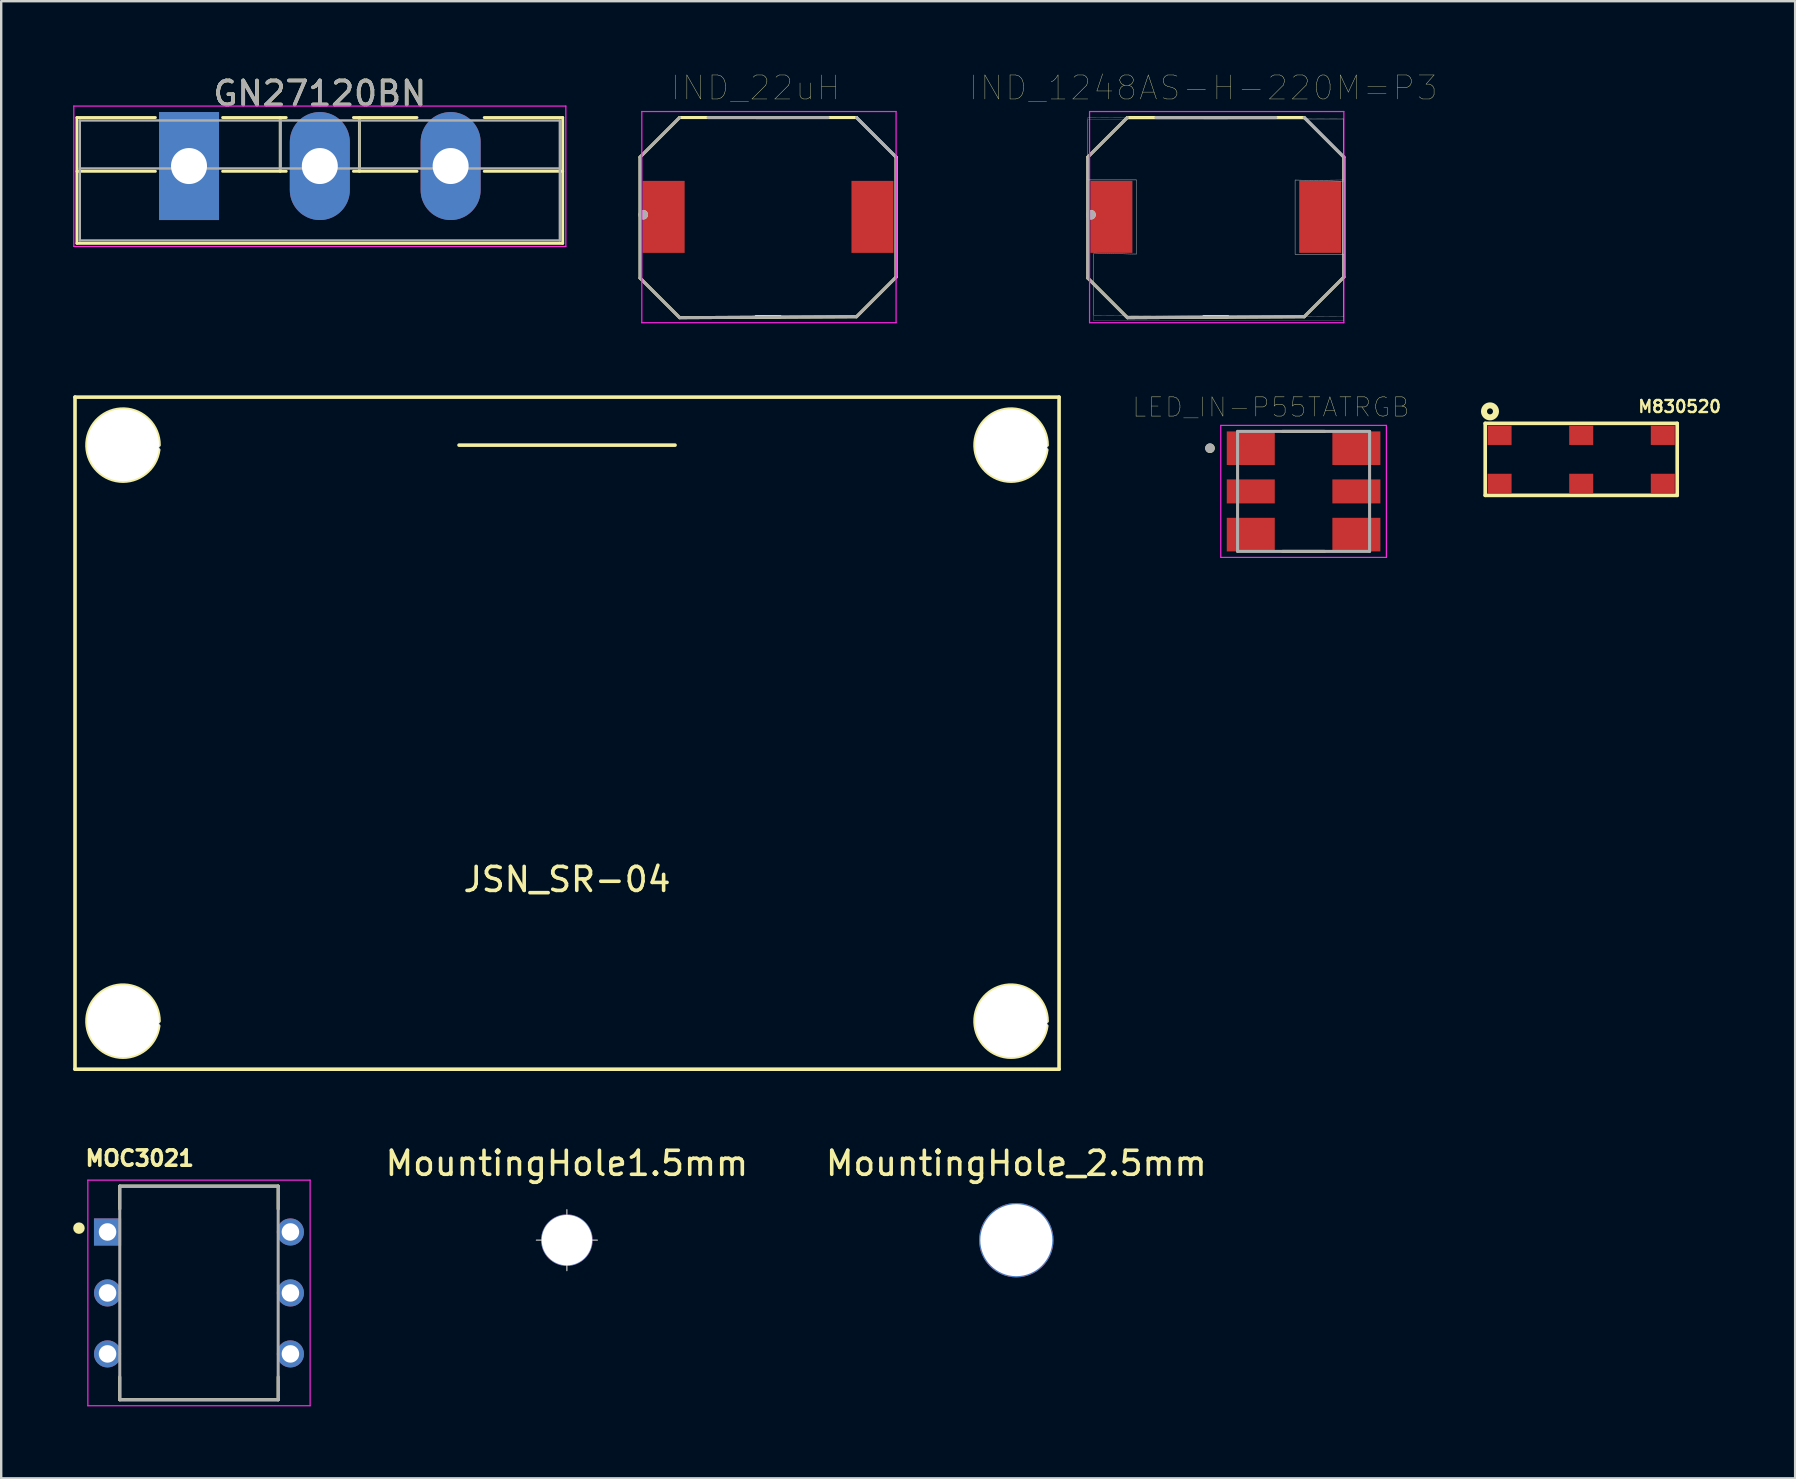
<source format=kicad_pcb>
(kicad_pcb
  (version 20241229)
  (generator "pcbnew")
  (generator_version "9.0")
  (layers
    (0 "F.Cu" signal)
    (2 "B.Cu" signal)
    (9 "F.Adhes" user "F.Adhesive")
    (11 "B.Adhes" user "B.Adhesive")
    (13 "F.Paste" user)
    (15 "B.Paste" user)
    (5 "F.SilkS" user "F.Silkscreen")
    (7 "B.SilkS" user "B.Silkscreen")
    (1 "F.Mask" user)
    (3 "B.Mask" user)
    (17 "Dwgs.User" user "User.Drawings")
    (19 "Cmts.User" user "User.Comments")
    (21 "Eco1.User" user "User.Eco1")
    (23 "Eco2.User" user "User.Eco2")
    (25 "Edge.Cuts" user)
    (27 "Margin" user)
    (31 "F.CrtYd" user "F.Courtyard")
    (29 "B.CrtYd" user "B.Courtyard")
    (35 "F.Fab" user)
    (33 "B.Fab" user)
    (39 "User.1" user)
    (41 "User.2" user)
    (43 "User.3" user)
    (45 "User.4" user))
  (footprint "JSN_SR-04"
    (layer "F.Cu")
    (at 20.575 27.496)
    (property "Reference" "JSN_SR-04" (at 0 6.096 0) (layer "F.SilkS") (effects (font (size 1 1) (thickness 0.15))))
    (attr through_hole)
    (fp_line (start -20.5 -14) (end -20.5 14) (stroke (width 0.15) (type solid)) (layer "F.SilkS"))
    (fp_line (start -20.5 -14) (end 20.5 -14) (stroke (width 0.15) (type solid)) (layer "F.SilkS"))
    (fp_line (start -20.5 14) (end 20.5 14) (stroke (width 0.15) (type solid)) (layer "F.SilkS"))
    (fp_line (start -4.5 -12) (end 4.5 -12) (stroke (width 0.15) (type solid)) (layer "F.SilkS"))
    (fp_line (start 20.5 -14) (end 20.5 14) (stroke (width 0.15) (type solid)) (layer "F.SilkS"))
    (fp_arc (start -17.013158 -11.801754) (mid -19.996707 -12.099341) (end -17 -12) (stroke (width 0.15) (type solid)) (layer "F.SilkS"))
    (fp_arc (start -17.013158 12.198246) (mid -19.996707 11.900659) (end -17 12) (stroke (width 0.15) (type solid)) (layer "F.SilkS"))
    (fp_arc (start 19.986842 -11.801754) (mid 17.003293 -12.099341) (end 20 -12) (stroke (width 0.15) (type solid)) (layer "F.SilkS"))
    (fp_arc (start 19.986842 12.198246) (mid 17.003293 11.900659) (end 20 12) (stroke (width 0.15) (type solid)) (layer "F.SilkS"))
    (pad "" thru_hole circle (at -18.5 -12) (size 3.05 3.05) (drill 3) (layers "*.Cu" "*.Mask"))
    (pad "" thru_hole circle (at -18.5 12) (size 3.05 3.05) (drill 3) (layers "*.Cu" "*.Mask"))
    (pad "" thru_hole circle (at 18.5 -12) (size 3.05 3.05) (drill 3) (layers "*.Cu" "*.Mask"))
    (pad "" thru_hole circle (at 18.5 12) (size 3.05 3.05) (drill 3) (layers "*.Cu" "*.Mask")))
  (footprint "MOC3021"
    (layer "F.Cu")
    (at 5.24 50.819)
    (property "Reference" "MOC3021" (at -2.469 -5.61 0) (layer "F.SilkS") (effects (font (size 0.64 0.64) (thickness 0.15))))
    (attr through_hole)
    (fp_line (start -3.3 -4.45) (end 3.3 -4.45) (stroke (width 0.127) (type solid)) (layer "F.SilkS"))
    (fp_line (start -3.3 -3.5) (end -3.3 -4.45) (stroke (width 0.127) (type solid)) (layer "F.SilkS"))
    (fp_line (start -3.3 3.5) (end -3.3 4.45) (stroke (width 0.127) (type solid)) (layer "F.SilkS"))
    (fp_line (start -3.3 4.45) (end 3.3 4.45) (stroke (width 0.127) (type solid)) (layer "F.SilkS"))
    (fp_line (start 3.3 -4.45) (end 3.3 -3.5) (stroke (width 0.127) (type solid)) (layer "F.SilkS"))
    (fp_line (start 3.3 4.45) (end 3.3 3.5) (stroke (width 0.127) (type solid)) (layer "F.SilkS"))
    (fp_circle (center -5 -2.7) (end -4.88 -2.7) (stroke (width 0.24) (type solid)) (fill no) (layer "F.SilkS"))
    (fp_line (start -4.63 -4.7) (end 4.63 -4.7) (stroke (width 0.05) (type solid)) (layer "F.CrtYd"))
    (fp_line (start -4.63 4.7) (end -4.63 -4.7) (stroke (width 0.05) (type solid)) (layer "F.CrtYd"))
    (fp_line (start 4.63 -4.7) (end 4.63 4.7) (stroke (width 0.05) (type solid)) (layer "F.CrtYd"))
    (fp_line (start 4.63 4.7) (end -4.63 4.7) (stroke (width 0.05) (type solid)) (layer "F.CrtYd"))
    (fp_line (start -3.3 -4.45) (end 3.3 -4.45) (stroke (width 0.127) (type solid)) (layer "F.Fab"))
    (fp_line (start -3.3 4.45) (end -3.3 -4.45) (stroke (width 0.127) (type solid)) (layer "F.Fab"))
    (fp_line (start 3.3 -4.45) (end 3.3 4.45) (stroke (width 0.127) (type solid)) (layer "F.Fab"))
    (fp_line (start 3.3 4.45) (end -3.3 4.45) (stroke (width 0.127) (type solid)) (layer "F.Fab"))
    (pad "1" thru_hole rect (at -3.81 -2.54) (size 1.13 1.13) (drill 0.73) (layers "*.Cu" "*.Mask"))
    (pad "2" thru_hole circle (at -3.81 0) (size 1.13 1.13) (drill 0.73) (layers "*.Cu" "*.Mask"))
    (pad "3" thru_hole circle (at -3.81 2.54) (size 1.13 1.13) (drill 0.73) (layers "*.Cu" "*.Mask"))
    (pad "4" thru_hole circle (at 3.81 2.54) (size 1.13 1.13) (drill 0.73) (layers "*.Cu" "*.Mask"))
    (pad "5" thru_hole circle (at 3.81 0) (size 1.13 1.13) (drill 0.73) (layers "*.Cu" "*.Mask"))
    (pad "6" thru_hole circle (at 3.81 -2.54) (size 1.13 1.13) (drill 0.73) (layers "*.Cu" "*.Mask")))
  (footprint "IND_22uH"
    (layer "F.Cu")
    (at 28.95 5.996)
    (property "Reference" "IND_22uH" (at -0.525 -5.385 0) (layer "F.SilkS") (effects (font (size 1 1) (thickness 0.015))))
    (attr through_hole)
    (fp_line (start -5.334 -2.5) (end -3.684 -4.15) (stroke (width 0.127) (type solid)) (layer "F.SilkS"))
    (fp_line (start -5.33 2.54) (end -5.334 -2.5) (stroke (width 0.127) (type solid)) (layer "F.SilkS"))
    (fp_line (start -3.684 -4.15) (end 3.684 -4.15) (stroke (width 0.127) (type solid)) (layer "F.SilkS"))
    (fp_line (start -3.68 4.19) (end -5.33 2.54) (stroke (width 0.127) (type solid)) (layer "F.SilkS"))
    (fp_line (start -0.5 -4.15) (end 0.5 -4.15) (stroke (width 0.127) (type solid)) (layer "F.SilkS"))
    (fp_line (start 0.5 4.15) (end -0.5 4.15) (stroke (width 0.127) (type solid)) (layer "F.SilkS"))
    (fp_line (start 0.5 4.15) (end -0.5 4.15) (stroke (width 0.127) (type solid)) (layer "F.SilkS"))
    (fp_line (start 3.684 -4.15) (end 5.334 -2.5) (stroke (width 0.127) (type solid)) (layer "F.SilkS"))
    (fp_line (start 3.684 4.15) (end -3.68 4.19) (stroke (width 0.127) (type solid)) (layer "F.SilkS"))
    (fp_line (start 5.334 -2.5) (end 5.334 2.5) (stroke (width 0.127) (type solid)) (layer "F.SilkS"))
    (fp_line (start 5.334 2.5) (end 3.684 4.15) (stroke (width 0.127) (type solid)) (layer "F.SilkS"))
    (fp_circle (center -5.2 -0.1) (end -5.1 -0.1) (stroke (width 0.2) (type solid)) (fill no) (layer "F.SilkS"))
    (fp_line (start -5.26 -4.4) (end 5.334 -4.4) (stroke (width 0.05) (type solid)) (layer "F.CrtYd"))
    (fp_line (start -5.26 4.4) (end -5.26 -4.4) (stroke (width 0.05) (type solid)) (layer "F.CrtYd"))
    (fp_line (start 5.334 -4.4) (end 5.334 4.4) (stroke (width 0.05) (type solid)) (layer "F.CrtYd"))
    (fp_line (start 5.334 4.4) (end -5.26 4.4) (stroke (width 0.05) (type solid)) (layer "F.CrtYd"))
    (fp_line (start -5.334 -2.5) (end -3.684 -4.15) (stroke (width 0.127) (type solid)) (layer "F.Fab"))
    (fp_line (start -5.334 2.54) (end -5.334 -2.46) (stroke (width 0.127) (type solid)) (layer "F.Fab"))
    (fp_line (start -3.684 4.19) (end -5.334 2.54) (stroke (width 0.127) (type solid)) (layer "F.Fab"))
    (fp_line (start -2.5 -4.15) (end 2.5 -4.15) (stroke (width 0.127) (type solid)) (layer "F.Fab"))
    (fp_line (start 3.684 -4.15) (end 5.334 -2.5) (stroke (width 0.127) (type solid)) (layer "F.Fab"))
    (fp_line (start 3.684 4.15) (end -3.684 4.19) (stroke (width 0.127) (type solid)) (layer "F.Fab"))
    (fp_line (start 5.334 -2.5) (end 5.334 2.5) (stroke (width 0.127) (type solid)) (layer "F.Fab"))
    (fp_line (start 5.334 2.5) (end 3.684 4.15) (stroke (width 0.127) (type solid)) (layer "F.Fab"))
    (fp_circle (center -5.2 -0.1) (end -5.1 -0.1) (stroke (width 0.2) (type solid)) (fill no) (layer "F.Fab"))
    (pad "1" smd rect (at -4.35 -0.01) (size 1.75 3) (layers "F.Cu" "F.Mask" "F.Paste"))
    (pad "2" smd rect (at 4.35 -0.01) (size 1.75 3) (layers "F.Cu" "F.Mask" "F.Paste")))
  (footprint "LED_IN-P55TATRGB"
    (layer "F.Cu")
    (at 51.262 17.424)
    (property "Reference" "LED_IN-P55TATRGB" (at -1.36 -3.508 0) (layer "F.SilkS") (effects (font (size 0.8 0.8) (thickness 0.015))))
    (attr through_hole)
    (fp_line (start -0.88 -2.5) (end 0.88 -2.5) (stroke (width 0.127) (type solid)) (layer "F.SilkS"))
    (fp_line (start -0.88 2.5) (end 0.88 2.5) (stroke (width 0.127) (type solid)) (layer "F.SilkS"))
    (fp_circle (center -3.9 -1.8) (end -3.8 -1.8) (stroke (width 0.2) (type solid)) (fill no) (layer "F.SilkS"))
    (fp_line (start -3.45 -2.75) (end -3.45 2.75) (stroke (width 0.05) (type solid)) (layer "F.CrtYd"))
    (fp_line (start -3.45 -2.75) (end 3.45 -2.75) (stroke (width 0.05) (type solid)) (layer "F.CrtYd"))
    (fp_line (start -3.45 2.75) (end 3.45 2.75) (stroke (width 0.05) (type solid)) (layer "F.CrtYd"))
    (fp_line (start 3.45 -2.75) (end 3.45 2.75) (stroke (width 0.05) (type solid)) (layer "F.CrtYd"))
    (fp_line (start -2.75 -2.5) (end -2.75 2.5) (stroke (width 0.127) (type solid)) (layer "F.Fab"))
    (fp_line (start -2.75 -2.5) (end 2.75 -2.5) (stroke (width 0.127) (type solid)) (layer "F.Fab"))
    (fp_line (start -2.75 2.5) (end 2.75 2.5) (stroke (width 0.127) (type solid)) (layer "F.Fab"))
    (fp_line (start 2.75 -2.5) (end 2.75 2.5) (stroke (width 0.127) (type solid)) (layer "F.Fab"))
    (fp_circle (center -3.9 -1.8) (end -3.8 -1.8) (stroke (width 0.2) (type solid)) (fill no) (layer "F.Fab"))
    (pad "1" smd rect (at -2.2 -1.8) (size 2 1.4) (layers "F.Cu" "F.Mask" "F.Paste"))
    (pad "2" smd rect (at -2.2 0) (size 2 1) (layers "F.Cu" "F.Mask" "F.Paste"))
    (pad "3" smd rect (at -2.2 1.8) (size 2 1.4) (layers "F.Cu" "F.Mask" "F.Paste"))
    (pad "4" smd rect (at 2.2 1.8) (size 2 1.4) (layers "F.Cu" "F.Mask" "F.Paste"))
    (pad "5" smd rect (at 2.2 0) (size 2 1) (layers "F.Cu" "F.Mask" "F.Paste"))
    (pad "6" smd rect (at 2.2 -1.8) (size 2 1.4) (layers "F.Cu" "F.Mask" "F.Paste")))
  (footprint "MountingHole_2.5mm"
    (layer "F.Cu")
    (at 39.294 48.62)
    (property "Reference" "MountingHole_2.5mm" (at 0 -3.2 0) (layer "F.SilkS") (effects (font (size 1 1) (thickness 0.15))))
    (attr through_hole)
    (fp_line (start -1.27 0) (end 1.27 0) (stroke (width 0.05) (type solid)) (layer "Dwgs.User"))
    (fp_line (start 0 1.27) (end 0 -1.27) (stroke (width 0.05) (type solid)) (layer "Dwgs.User"))
    (pad "" thru_hole circle (at 0 0) (size 3.1 3.1) (drill 3) (layers "*.Cu" "*.Mask")))
  (footprint "M830520"
    (layer "F.Cu")
    (at 62.829 16.089)
    (property "Reference" "M830520" (at 4.1 -2.2 0) (layer "F.SilkS") (effects (font (size 0.5 0.5) (thickness 0.1))))
    (attr through_hole)
    (fp_line (start -4 -1.5) (end 4 -1.5) (stroke (width 0.15) (type solid)) (layer "F.SilkS"))
    (fp_line (start -4 1.5) (end -4 -1.5) (stroke (width 0.15) (type solid)) (layer "F.SilkS"))
    (fp_line (start 4 -1.5) (end 4 1.5) (stroke (width 0.15) (type solid)) (layer "F.SilkS"))
    (fp_line (start 4 1.5) (end -4 1.5) (stroke (width 0.15) (type solid)) (layer "F.SilkS"))
    (fp_circle (center -3.8 -2) (end -3.6 -2) (stroke (width 0.15) (type solid)) (fill no) (layer "F.SilkS"))
    (fp_circle (center -3.8 -2) (end -3.5 -2) (stroke (width 0.15) (type solid)) (fill no) (layer "F.SilkS"))
    (pad "1" smd rect (at -3.4 -1) (size 1 0.8) (layers "F.Cu" "F.Mask" "F.Paste"))
    (pad "2" smd rect (at -3.4 1) (size 1 0.8) (layers "F.Cu" "F.Mask" "F.Paste"))
    (pad "3" smd rect (at 0 1) (size 1 0.8) (layers "F.Cu" "F.Mask" "F.Paste"))
    (pad "4" smd rect (at 3.4 1) (size 1 0.8) (layers "F.Cu" "F.Mask" "F.Paste"))
    (pad "5" smd rect (at 3.4 -1) (size 1 0.8) (layers "F.Cu" "F.Mask" "F.Paste"))
    (pad "6" smd rect (at 0 -1) (size 1 0.8) (layers "F.Cu" "F.Mask" "F.Paste")))
  (footprint "IND_1248AS-H-220M=P3"
    (layer "F.Cu")
    (at 47.605 5.996)
    (property "Reference" "IND_1248AS-H-220M=P3" (at -0.525 -5.385 0) (layer "F.SilkS") (effects (font (size 1 1) (thickness 0.015))))
    (attr through_hole)
    (fp_line (start -5.334 -2.5) (end -3.684 -4.15) (stroke (width 0.127) (type solid)) (layer "F.SilkS"))
    (fp_line (start -5.33 2.54) (end -5.334 -2.5) (stroke (width 0.127) (type solid)) (layer "F.SilkS"))
    (fp_line (start -3.684 -4.15) (end 3.684 -4.15) (stroke (width 0.127) (type solid)) (layer "F.SilkS"))
    (fp_line (start -3.68 4.19) (end -5.33 2.54) (stroke (width 0.127) (type solid)) (layer "F.SilkS"))
    (fp_line (start -0.5 -4.15) (end 0.5 -4.15) (stroke (width 0.127) (type solid)) (layer "F.SilkS"))
    (fp_line (start 0.5 4.15) (end -0.5 4.15) (stroke (width 0.127) (type solid)) (layer "F.SilkS"))
    (fp_line (start 0.5 4.15) (end -0.5 4.15) (stroke (width 0.127) (type solid)) (layer "F.SilkS"))
    (fp_line (start 3.684 -4.15) (end 5.334 -2.5) (stroke (width 0.127) (type solid)) (layer "F.SilkS"))
    (fp_line (start 3.684 4.15) (end -3.68 4.19) (stroke (width 0.127) (type solid)) (layer "F.SilkS"))
    (fp_line (start 5.334 -2.5) (end 5.334 2.5) (stroke (width 0.127) (type solid)) (layer "F.SilkS"))
    (fp_line (start 5.334 2.5) (end 3.684 4.15) (stroke (width 0.127) (type solid)) (layer "F.SilkS"))
    (fp_circle (center -5.2 -0.1) (end -5.1 -0.1) (stroke (width 0.2) (type solid)) (fill no) (layer "F.SilkS"))
    (fp_poly (pts (xy -5.334 -1.55) (xy -5.334 -4.15) (xy 5.334 -4.094) (xy 5.334 -1.494) (xy 3.302 -1.55) (xy 3.302 1.55) (xy 5.334 1.55) (xy 5.334 4.15) (xy -5.08 4.094) (xy -5.08 1.494) (xy -3.302 1.55) (xy -3.302 -1.55)) (stroke (width 0.01) (type solid)) (fill no) (layer "Dwgs.User"))
    (fp_poly (pts (xy -5.334 -1.55) (xy -5.334 -4.064) (xy 5.334 -4.064) (xy 5.334 -1.55) (xy 3.302 -1.524) (xy 3.302 1.55) (xy 5.334 1.55) (xy 5.334 4.318) (xy -5.08 4.318) (xy -5.08 1.524) (xy -3.302 1.524) (xy -3.302 -1.55)) (stroke (width 0.01) (type solid)) (fill no) (layer "Dwgs.User"))
    (fp_line (start -5.26 -4.4) (end 5.334 -4.4) (stroke (width 0.05) (type solid)) (layer "F.CrtYd"))
    (fp_line (start -5.26 4.4) (end -5.26 -4.4) (stroke (width 0.05) (type solid)) (layer "F.CrtYd"))
    (fp_line (start 5.334 -4.4) (end 5.334 4.4) (stroke (width 0.05) (type solid)) (layer "F.CrtYd"))
    (fp_line (start 5.334 4.4) (end -5.26 4.4) (stroke (width 0.05) (type solid)) (layer "F.CrtYd"))
    (fp_line (start -5.334 -2.5) (end -3.684 -4.15) (stroke (width 0.127) (type solid)) (layer "F.Fab"))
    (fp_line (start -5.334 2.54) (end -5.334 -2.46) (stroke (width 0.127) (type solid)) (layer "F.Fab"))
    (fp_line (start -3.684 4.19) (end -5.334 2.54) (stroke (width 0.127) (type solid)) (layer "F.Fab"))
    (fp_line (start -2.5 -4.15) (end 2.5 -4.15) (stroke (width 0.127) (type solid)) (layer "F.Fab"))
    (fp_line (start 3.684 -4.15) (end 5.334 -2.5) (stroke (width 0.127) (type solid)) (layer "F.Fab"))
    (fp_line (start 3.684 4.15) (end -3.684 4.19) (stroke (width 0.127) (type solid)) (layer "F.Fab"))
    (fp_line (start 5.334 -2.5) (end 5.334 2.5) (stroke (width 0.127) (type solid)) (layer "F.Fab"))
    (fp_line (start 5.334 2.5) (end 3.684 4.15) (stroke (width 0.127) (type solid)) (layer "F.Fab"))
    (fp_circle (center -5.2 -0.1) (end -5.1 -0.1) (stroke (width 0.2) (type solid)) (fill no) (layer "F.Fab"))
    (pad "1" smd rect (at -4.35 -0.01) (size 1.75 3) (layers "F.Cu" "F.Mask" "F.Paste"))
    (pad "2" smd rect (at 4.35 -0.01) (size 1.75 3) (layers "F.Cu" "F.Mask" "F.Paste")))
  (footprint "MountingHole1.5mm"
    (layer "F.Cu")
    (at 20.568 48.62)
    (property "Reference" "MountingHole1.5mm" (at 0 -3.2 0) (layer "F.SilkS") (effects (font (size 1 1) (thickness 0.15))))
    (attr exclude_from_pos_files exclude_from_bom)
    (fp_line (start -1.27 0) (end 1.27 0) (stroke (width 0.05) (type solid)) (layer "Dwgs.User"))
    (fp_line (start 0 1.27) (end 0 -1.27) (stroke (width 0.05) (type solid)) (layer "Dwgs.User"))
    (pad "" thru_hole circle (at 0 0) (size 2.15 2.15) (drill 2.1) (layers "*.Cu" "*.Mask")))
  (footprint "GN27120BN"
    (layer "F.Cu")
    (at 4.825 3.868)
    (property "Reference" "GN27120BN" (at 5.45 -3.02 0) (layer "F.SilkS") (effects (font (size 1 1) (thickness 0.15))))
    (attr through_hole)
    (fp_line (start -4.67 -2.021) (end -4.67 3.22) (stroke (width 0.12) (type solid)) (layer "F.SilkS"))
    (fp_line (start -4.67 -2.021) (end -1.4 -2.021) (stroke (width 0.12) (type solid)) (layer "F.SilkS"))
    (fp_line (start -4.67 0.22) (end -1.4 0.22) (stroke (width 0.12) (type solid)) (layer "F.SilkS"))
    (fp_line (start -4.67 3.22) (end 15.57 3.22) (stroke (width 0.12) (type solid)) (layer "F.SilkS"))
    (fp_line (start 1.4 -2.021) (end 4.051 -2.021) (stroke (width 0.12) (type solid)) (layer "F.SilkS"))
    (fp_line (start 1.4 0.22) (end 4.051 0.22) (stroke (width 0.12) (type solid)) (layer "F.SilkS"))
    (fp_line (start 3.8 -2.021) (end 3.8 0.22) (stroke (width 0.12) (type solid)) (layer "F.SilkS"))
    (fp_line (start 6.85 -2.021) (end 9.5 -2.021) (stroke (width 0.12) (type solid)) (layer "F.SilkS"))
    (fp_line (start 6.85 0.22) (end 9.5 0.22) (stroke (width 0.12) (type solid)) (layer "F.SilkS"))
    (fp_line (start 7.1 -2.021) (end 7.1 0.22) (stroke (width 0.12) (type solid)) (layer "F.SilkS"))
    (fp_line (start 12.3 -2.021) (end 15.57 -2.021) (stroke (width 0.12) (type solid)) (layer "F.SilkS"))
    (fp_line (start 12.3 0.22) (end 15.57 0.22) (stroke (width 0.12) (type solid)) (layer "F.SilkS"))
    (fp_line (start 15.57 -2.021) (end 15.57 3.22) (stroke (width 0.12) (type solid)) (layer "F.SilkS"))
    (fp_line (start -4.8 -2.5) (end -4.8 3.35) (stroke (width 0.05) (type solid)) (layer "F.CrtYd"))
    (fp_line (start -4.8 3.35) (end 15.7 3.35) (stroke (width 0.05) (type solid)) (layer "F.CrtYd"))
    (fp_line (start 15.7 -2.5) (end -4.8 -2.5) (stroke (width 0.05) (type solid)) (layer "F.CrtYd"))
    (fp_line (start 15.7 3.35) (end 15.7 -2.5) (stroke (width 0.05) (type solid)) (layer "F.CrtYd"))
    (fp_line (start -4.55 -1.9) (end -4.55 3.1) (stroke (width 0.1) (type solid)) (layer "F.Fab"))
    (fp_line (start -4.55 0.1) (end 15.45 0.1) (stroke (width 0.1) (type solid)) (layer "F.Fab"))
    (fp_line (start -4.55 3.1) (end 15.45 3.1) (stroke (width 0.1) (type solid)) (layer "F.Fab"))
    (fp_line (start 3.8 -1.9) (end 3.8 0.1) (stroke (width 0.1) (type solid)) (layer "F.Fab"))
    (fp_line (start 7.1 -1.9) (end 7.1 0.1) (stroke (width 0.1) (type solid)) (layer "F.Fab"))
    (fp_line (start 15.45 -1.9) (end -4.55 -1.9) (stroke (width 0.1) (type solid)) (layer "F.Fab"))
    (fp_line (start 15.45 3.1) (end 15.45 -1.9) (stroke (width 0.1) (type solid)) (layer "F.Fab"))
    (fp_text user "${REFERENCE}" (at 5.45 -3.02 0) (layer "F.Fab") (effects (font (size 1 1) (thickness 0.15))))
    (pad "1" thru_hole rect (at 0 0) (size 2.5 4.5) (drill 1.5) (layers "*.Cu" "*.Mask"))
    (pad "2" thru_hole oval (at 5.45 0) (size 2.5 4.5) (drill 1.5) (layers "*.Cu" "*.Mask"))
    (pad "3" thru_hole oval (at 10.9 0) (size 2.5 4.5) (drill 1.5) (layers "*.Cu" "*.Mask")))
  (gr_rect
    (start -3 -3)
    (end 71.743 58.544)
    (stroke (width 0.1) (type default))
    (fill no)
    (layer "Edge.Cuts")))
</source>
